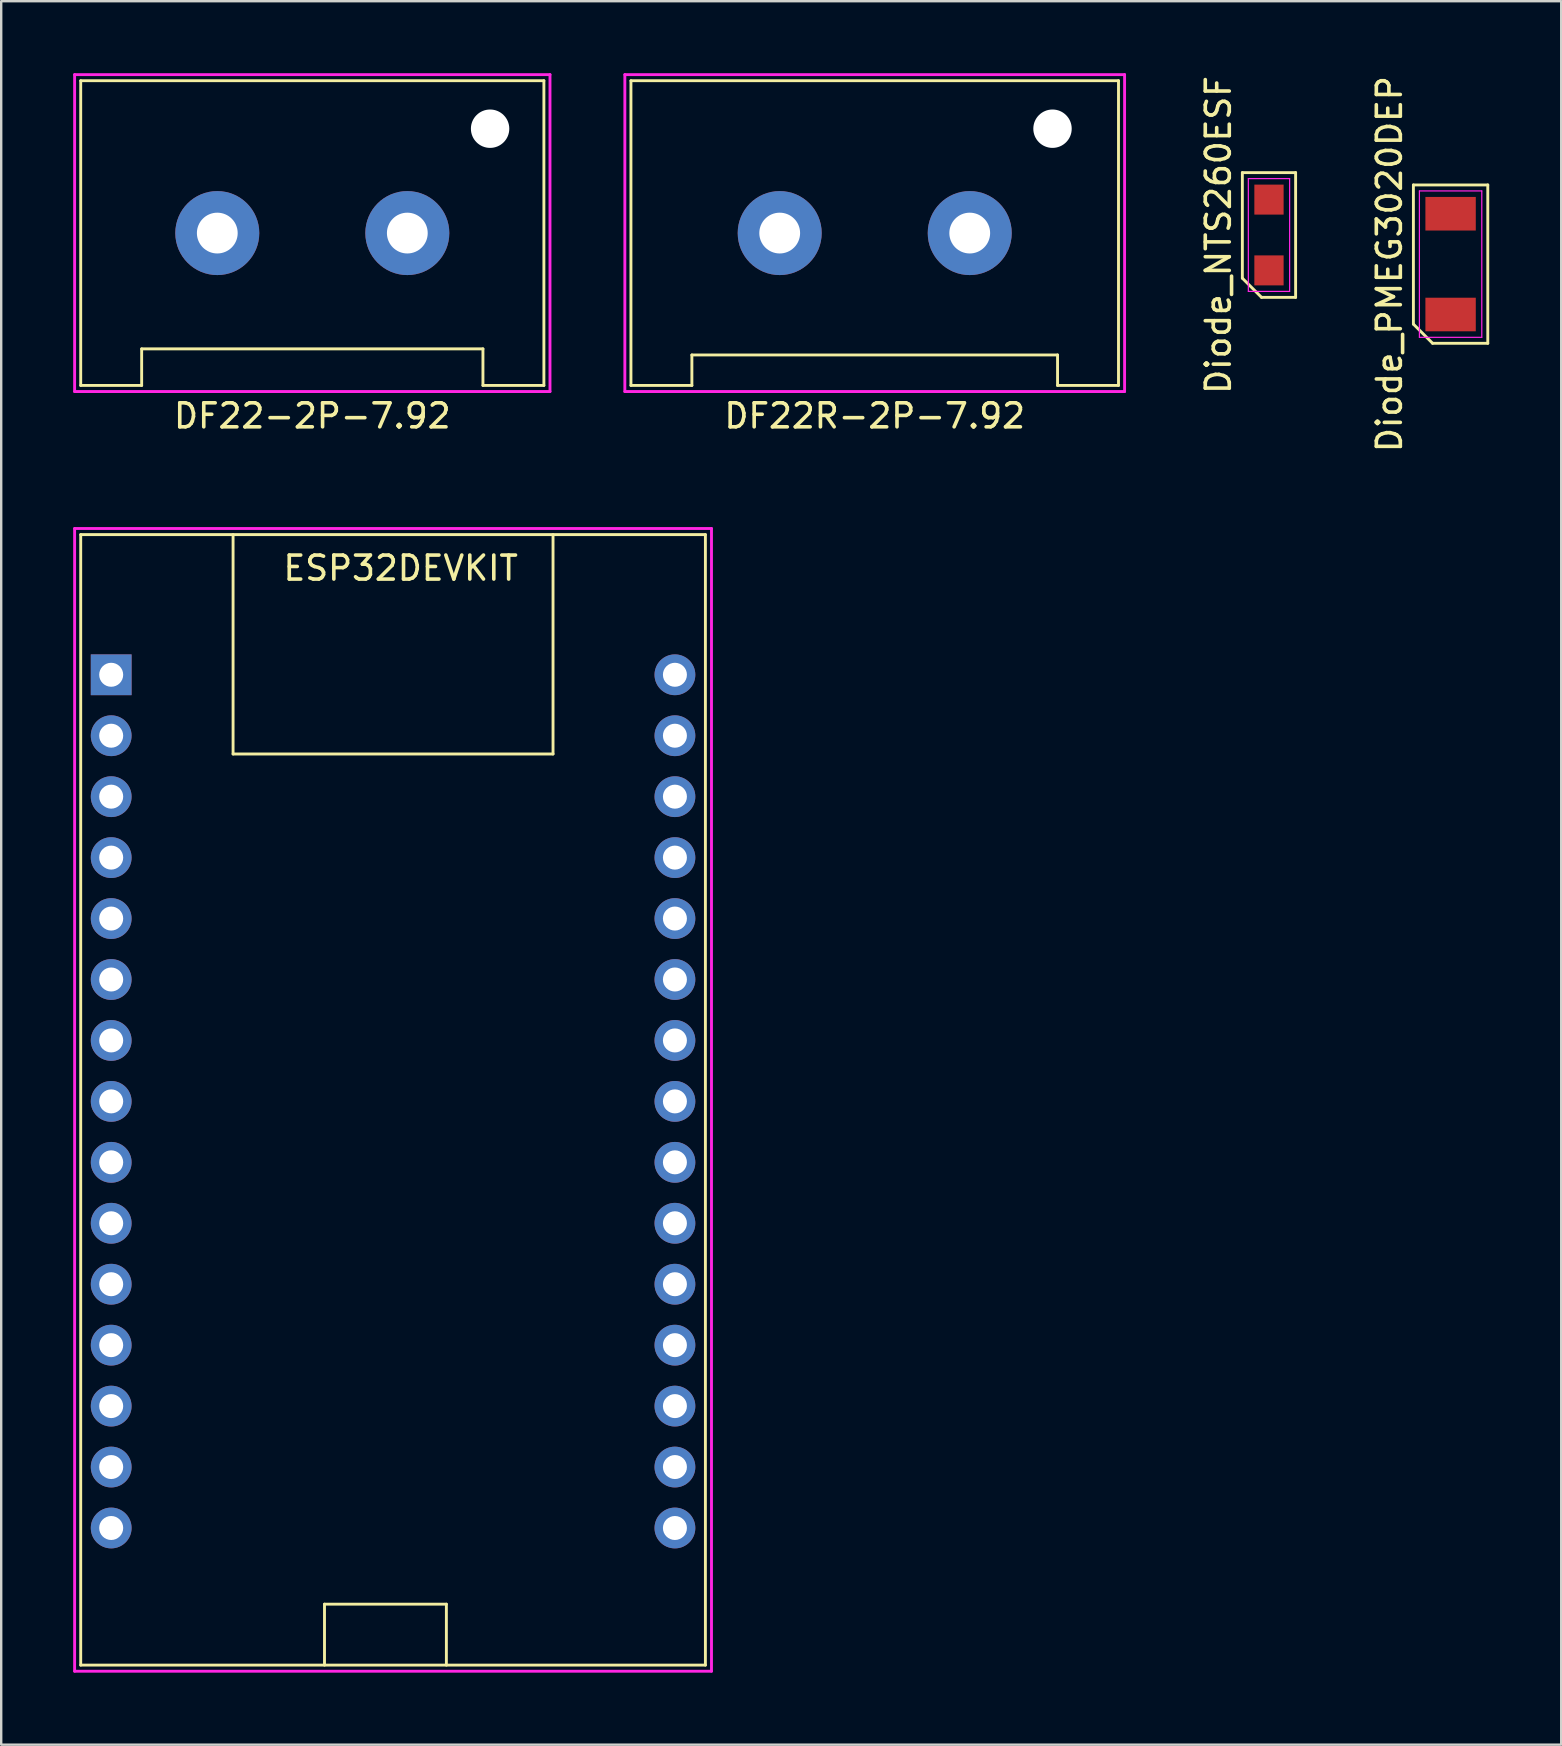
<source format=kicad_pcb>
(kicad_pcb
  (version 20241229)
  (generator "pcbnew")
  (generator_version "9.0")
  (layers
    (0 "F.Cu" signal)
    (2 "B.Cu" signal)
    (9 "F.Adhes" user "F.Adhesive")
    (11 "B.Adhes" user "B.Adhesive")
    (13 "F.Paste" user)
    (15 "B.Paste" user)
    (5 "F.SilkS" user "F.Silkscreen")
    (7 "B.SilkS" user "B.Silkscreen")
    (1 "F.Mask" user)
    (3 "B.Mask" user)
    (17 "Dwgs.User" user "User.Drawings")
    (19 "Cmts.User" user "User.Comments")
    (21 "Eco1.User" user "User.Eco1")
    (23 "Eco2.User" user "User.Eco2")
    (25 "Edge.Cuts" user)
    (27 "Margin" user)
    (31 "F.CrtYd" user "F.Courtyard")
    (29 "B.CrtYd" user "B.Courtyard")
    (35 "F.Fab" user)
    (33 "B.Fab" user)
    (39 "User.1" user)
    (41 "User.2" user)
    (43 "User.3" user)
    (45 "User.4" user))
  (footprint "DF22R-2P-7.92"
    (layer "F.Cu")
    (at 33.406 6.664)
    (property "Reference" "DF22R-2P-7.92" (at 0 7.62 0) (layer "F.SilkS") (effects (font (size 1 1) (thickness 0.15))))
    (attr through_hole)
    (fp_line (start -10.16 -6.35) (end -10.16 6.35) (stroke (width 0.12) (type solid)) (layer "F.SilkS"))
    (fp_line (start -10.16 -6.35) (end 10.16 -6.35) (stroke (width 0.12) (type solid)) (layer "F.SilkS"))
    (fp_line (start -10.16 6.35) (end -7.62 6.35) (stroke (width 0.12) (type solid)) (layer "F.SilkS"))
    (fp_line (start -7.62 5.08) (end 7.62 5.08) (stroke (width 0.12) (type solid)) (layer "F.SilkS"))
    (fp_line (start -7.62 6.35) (end -7.62 5.08) (stroke (width 0.12) (type solid)) (layer "F.SilkS"))
    (fp_line (start 7.62 5.08) (end 7.62 6.35) (stroke (width 0.12) (type solid)) (layer "F.SilkS"))
    (fp_line (start 7.62 6.35) (end 10.16 6.35) (stroke (width 0.12) (type solid)) (layer "F.SilkS"))
    (fp_line (start 10.16 -6.35) (end 10.16 6.35) (stroke (width 0.12) (type solid)) (layer "F.SilkS"))
    (fp_line (start -10.414 -6.604) (end 10.414 -6.604) (stroke (width 0.12) (type solid)) (layer "F.CrtYd"))
    (fp_line (start -10.414 6.604) (end -10.414 -6.604) (stroke (width 0.12) (type solid)) (layer "F.CrtYd"))
    (fp_line (start 10.414 -6.604) (end 10.414 6.604) (stroke (width 0.12) (type solid)) (layer "F.CrtYd"))
    (fp_line (start 10.414 6.604) (end -10.414 6.604) (stroke (width 0.12) (type solid)) (layer "F.CrtYd"))
    (pad "" np_thru_hole circle (at 7.41 -4.35) (size 1.6 1.6) (drill 1.6) (layers "*.Cu" "*.Mask"))
    (pad "1" thru_hole circle (at -3.96 0) (size 3.5 3.5) (drill 1.7) (layers "*.Cu" "*.Mask"))
    (pad "2" thru_hole circle (at 3.96 0) (size 3.5 3.5) (drill 1.7) (layers "*.Cu" "*.Mask")))
  (footprint "ESP32DEVKIT"
    (layer "F.Cu")
    (at 1.584 25.073)
    (property "Reference" "ESP32DEVKIT" (at 12.065 -4.445 0) (layer "F.SilkS") (effects (font (size 1 1) (thickness 0.15))))
    (attr through_hole)
    (fp_line (start -1.27 -5.842) (end -1.27 41.275) (stroke (width 0.12) (type solid)) (layer "F.SilkS"))
    (fp_line (start -1.27 41.275) (end 24.765 41.275) (stroke (width 0.12) (type solid)) (layer "F.SilkS"))
    (fp_line (start 5.08 -5.842) (end 5.08 3.302) (stroke (width 0.12) (type solid)) (layer "F.SilkS"))
    (fp_line (start 5.08 3.302) (end 18.415 3.302) (stroke (width 0.12) (type solid)) (layer "F.SilkS"))
    (fp_line (start 8.89 38.735) (end 13.97 38.735) (stroke (width 0.12) (type solid)) (layer "F.SilkS"))
    (fp_line (start 8.89 41.275) (end 8.89 38.735) (stroke (width 0.12) (type solid)) (layer "F.SilkS"))
    (fp_line (start 13.97 38.735) (end 13.97 41.275) (stroke (width 0.12) (type solid)) (layer "F.SilkS"))
    (fp_line (start 18.415 3.302) (end 18.415 -5.842) (stroke (width 0.12) (type solid)) (layer "F.SilkS"))
    (fp_line (start 24.765 -5.842) (end -1.27 -5.842) (stroke (width 0.12) (type solid)) (layer "F.SilkS"))
    (fp_line (start 24.765 41.275) (end 24.765 -5.842) (stroke (width 0.12) (type solid)) (layer "F.SilkS"))
    (fp_line (start -1.524 -6.096) (end -1.524 41.529) (stroke (width 0.12) (type solid)) (layer "F.CrtYd"))
    (fp_line (start -1.524 -6.096) (end 25.019 -6.096) (stroke (width 0.12) (type solid)) (layer "F.CrtYd"))
    (fp_line (start 25.019 -6.096) (end 25.019 41.529) (stroke (width 0.12) (type solid)) (layer "F.CrtYd"))
    (fp_line (start 25.019 41.529) (end -1.524 41.529) (stroke (width 0.12) (type solid)) (layer "F.CrtYd"))
    (pad "1" thru_hole rect (at 0 0) (size 1.7 1.7) (drill 1) (layers "*.Cu" "*.Mask"))
    (pad "2" thru_hole oval (at 0 2.54) (size 1.7 1.7) (drill 1) (layers "*.Cu" "*.Mask"))
    (pad "3" thru_hole oval (at 0 5.08) (size 1.7 1.7) (drill 1) (layers "*.Cu" "*.Mask"))
    (pad "4" thru_hole oval (at 0 7.62) (size 1.7 1.7) (drill 1) (layers "*.Cu" "*.Mask"))
    (pad "5" thru_hole oval (at 0 10.16) (size 1.7 1.7) (drill 1) (layers "*.Cu" "*.Mask"))
    (pad "6" thru_hole oval (at 0 12.7) (size 1.7 1.7) (drill 1) (layers "*.Cu" "*.Mask"))
    (pad "7" thru_hole oval (at 0 15.24) (size 1.7 1.7) (drill 1) (layers "*.Cu" "*.Mask"))
    (pad "8" thru_hole oval (at 0 17.78) (size 1.7 1.7) (drill 1) (layers "*.Cu" "*.Mask"))
    (pad "9" thru_hole oval (at 0 20.32) (size 1.7 1.7) (drill 1) (layers "*.Cu" "*.Mask"))
    (pad "10" thru_hole oval (at 0 22.86) (size 1.7 1.7) (drill 1) (layers "*.Cu" "*.Mask"))
    (pad "11" thru_hole oval (at 0 25.4) (size 1.7 1.7) (drill 1) (layers "*.Cu" "*.Mask"))
    (pad "12" thru_hole oval (at 0 27.94) (size 1.7 1.7) (drill 1) (layers "*.Cu" "*.Mask"))
    (pad "13" thru_hole oval (at 0 30.48) (size 1.7 1.7) (drill 1) (layers "*.Cu" "*.Mask"))
    (pad "14" thru_hole oval (at 0 33.02) (size 1.7 1.7) (drill 1) (layers "*.Cu" "*.Mask"))
    (pad "15" thru_hole oval (at 0 35.56) (size 1.7 1.7) (drill 1) (layers "*.Cu" "*.Mask"))
    (pad "16" thru_hole oval (at 23.495 35.56 180) (size 1.7 1.7) (drill 1) (layers "*.Cu" "*.Mask"))
    (pad "17" thru_hole oval (at 23.495 33.02 180) (size 1.7 1.7) (drill 1) (layers "*.Cu" "*.Mask"))
    (pad "18" thru_hole oval (at 23.495 30.48 180) (size 1.7 1.7) (drill 1) (layers "*.Cu" "*.Mask"))
    (pad "19" thru_hole oval (at 23.495 27.94 180) (size 1.7 1.7) (drill 1) (layers "*.Cu" "*.Mask"))
    (pad "20" thru_hole oval (at 23.495 25.4 180) (size 1.7 1.7) (drill 1) (layers "*.Cu" "*.Mask"))
    (pad "21" thru_hole oval (at 23.495 22.86 180) (size 1.7 1.7) (drill 1) (layers "*.Cu" "*.Mask"))
    (pad "22" thru_hole oval (at 23.495 20.32 180) (size 1.7 1.7) (drill 1) (layers "*.Cu" "*.Mask"))
    (pad "23" thru_hole oval (at 23.495 17.78 180) (size 1.7 1.7) (drill 1) (layers "*.Cu" "*.Mask"))
    (pad "24" thru_hole oval (at 23.495 15.24 180) (size 1.7 1.7) (drill 1) (layers "*.Cu" "*.Mask"))
    (pad "25" thru_hole oval (at 23.495 12.7 180) (size 1.7 1.7) (drill 1) (layers "*.Cu" "*.Mask"))
    (pad "26" thru_hole oval (at 23.495 10.16 180) (size 1.7 1.7) (drill 1) (layers "*.Cu" "*.Mask"))
    (pad "27" thru_hole oval (at 23.495 7.62 180) (size 1.7 1.7) (drill 1) (layers "*.Cu" "*.Mask"))
    (pad "28" thru_hole oval (at 23.495 5.08 180) (size 1.7 1.7) (drill 1) (layers "*.Cu" "*.Mask"))
    (pad "29" thru_hole oval (at 23.495 2.54 180) (size 1.7 1.7) (drill 1) (layers "*.Cu" "*.Mask"))
    (pad "30" thru_hole oval (at 23.495 0 180) (size 1.7 1.7) (drill 1) (layers "*.Cu" "*.Mask")))
  (footprint "Diode_NTS260ESF"
    (layer "F.Cu")
    (at 49.838 6.744)
    (property "Reference" "Diode_NTS260ESF" (at -2.11 0 90) (layer "F.SilkS") (effects (font (size 1 1) (thickness 0.15))))
    (attr smd)
    (fp_line (start -1.11 -2.6) (end 1.11 -2.6) (stroke (width 0.12) (type solid)) (layer "F.SilkS"))
    (fp_line (start -1.11 1.8) (end -1.11 -2.6) (stroke (width 0.12) (type solid)) (layer "F.SilkS"))
    (fp_line (start -0.31 2.6) (end -1.11 1.8) (stroke (width 0.12) (type solid)) (layer "F.SilkS"))
    (fp_line (start 1.11 -2.6) (end 1.11 2.6) (stroke (width 0.12) (type solid)) (layer "F.SilkS"))
    (fp_line (start 1.11 2.6) (end -0.31 2.6) (stroke (width 0.12) (type solid)) (layer "F.SilkS"))
    (fp_line (start -0.86 -2.35) (end 0.86 -2.35) (stroke (width 0.05) (type solid)) (layer "F.CrtYd"))
    (fp_line (start -0.86 2.35) (end -0.86 -2.35) (stroke (width 0.05) (type solid)) (layer "F.CrtYd"))
    (fp_line (start 0.86 -2.35) (end 0.86 2.35) (stroke (width 0.05) (type solid)) (layer "F.CrtYd"))
    (fp_line (start 0.86 2.35) (end -0.86 2.35) (stroke (width 0.05) (type solid)) (layer "F.CrtYd"))
    (pad "1" smd rect (at 0 1.475) (size 1.22 1.25) (layers "F.Cu" "F.Mask" "F.Paste"))
    (pad "2" smd rect (at 0 -1.475) (size 1.22 1.25) (layers "F.Cu" "F.Mask" "F.Paste")))
  (footprint "Diode_PMEG3020DEP"
    (layer "F.Cu")
    (at 57.407 7.958)
    (property "Reference" "Diode_PMEG3020DEP" (at -2.55 0 90) (layer "F.SilkS") (effects (font (size 1 1) (thickness 0.15))))
    (attr smd)
    (fp_line (start -1.55 -3.3) (end 1.55 -3.3) (stroke (width 0.12) (type solid)) (layer "F.SilkS"))
    (fp_line (start -1.55 2.5) (end -1.55 -3.3) (stroke (width 0.12) (type solid)) (layer "F.SilkS"))
    (fp_line (start -0.75 3.3) (end -1.55 2.5) (stroke (width 0.12) (type solid)) (layer "F.SilkS"))
    (fp_line (start 1.55 -3.3) (end 1.55 3.3) (stroke (width 0.12) (type solid)) (layer "F.SilkS"))
    (fp_line (start 1.55 3.3) (end -0.75 3.3) (stroke (width 0.12) (type solid)) (layer "F.SilkS"))
    (fp_line (start -1.3 -3.05) (end 1.3 -3.05) (stroke (width 0.05) (type solid)) (layer "F.CrtYd"))
    (fp_line (start -1.3 3.05) (end -1.3 -3.05) (stroke (width 0.05) (type solid)) (layer "F.CrtYd"))
    (fp_line (start 1.3 -3.05) (end 1.3 3.05) (stroke (width 0.05) (type solid)) (layer "F.CrtYd"))
    (fp_line (start 1.3 3.05) (end -1.3 3.05) (stroke (width 0.05) (type solid)) (layer "F.CrtYd"))
    (pad "1" smd rect (at 0 2.1) (size 2.1 1.4) (layers "F.Cu" "F.Mask" "F.Paste"))
    (pad "2" smd rect (at 0 -2.1) (size 2.1 1.4) (layers "F.Cu" "F.Mask" "F.Paste")))
  (footprint "DF22-2P-7.92"
    (layer "F.Cu")
    (at 9.966 6.664)
    (property "Reference" "DF22-2P-7.92" (at 0 7.62 0) (layer "F.SilkS") (effects (font (size 1 1) (thickness 0.15))))
    (attr through_hole)
    (fp_line (start -9.652 -6.35) (end -9.652 6.35) (stroke (width 0.12) (type solid)) (layer "F.SilkS"))
    (fp_line (start -9.652 -6.35) (end 9.652 -6.35) (stroke (width 0.12) (type solid)) (layer "F.SilkS"))
    (fp_line (start -9.652 6.35) (end -7.112 6.35) (stroke (width 0.12) (type solid)) (layer "F.SilkS"))
    (fp_line (start -7.112 4.826) (end 7.112 4.826) (stroke (width 0.12) (type solid)) (layer "F.SilkS"))
    (fp_line (start -7.112 6.35) (end -7.112 4.826) (stroke (width 0.12) (type solid)) (layer "F.SilkS"))
    (fp_line (start 7.112 4.826) (end 7.112 6.35) (stroke (width 0.12) (type solid)) (layer "F.SilkS"))
    (fp_line (start 7.112 6.35) (end 9.652 6.35) (stroke (width 0.12) (type solid)) (layer "F.SilkS"))
    (fp_line (start 9.652 -6.35) (end 9.652 6.35) (stroke (width 0.12) (type solid)) (layer "F.SilkS"))
    (fp_line (start -9.906 -6.604) (end 9.906 -6.604) (stroke (width 0.12) (type solid)) (layer "F.CrtYd"))
    (fp_line (start -9.906 6.604) (end -9.906 -6.604) (stroke (width 0.12) (type solid)) (layer "F.CrtYd"))
    (fp_line (start 9.906 -6.604) (end 9.906 6.604) (stroke (width 0.12) (type solid)) (layer "F.CrtYd"))
    (fp_line (start 9.906 6.604) (end -9.906 6.604) (stroke (width 0.12) (type solid)) (layer "F.CrtYd"))
    (pad "" np_thru_hole circle (at 7.41 -4.35) (size 1.6 1.6) (drill 1.6) (layers "*.Cu" "*.Mask"))
    (pad "1" thru_hole circle (at -3.96 0) (size 3.5 3.5) (drill 1.7) (layers "*.Cu" "*.Mask"))
    (pad "2" thru_hole circle (at 3.96 0) (size 3.5 3.5) (drill 1.7) (layers "*.Cu" "*.Mask")))
  (gr_rect
    (start -3 -3)
    (end 62.017 69.662)
    (stroke (width 0.1) (type default))
    (fill no)
    (layer "Edge.Cuts")))
</source>
